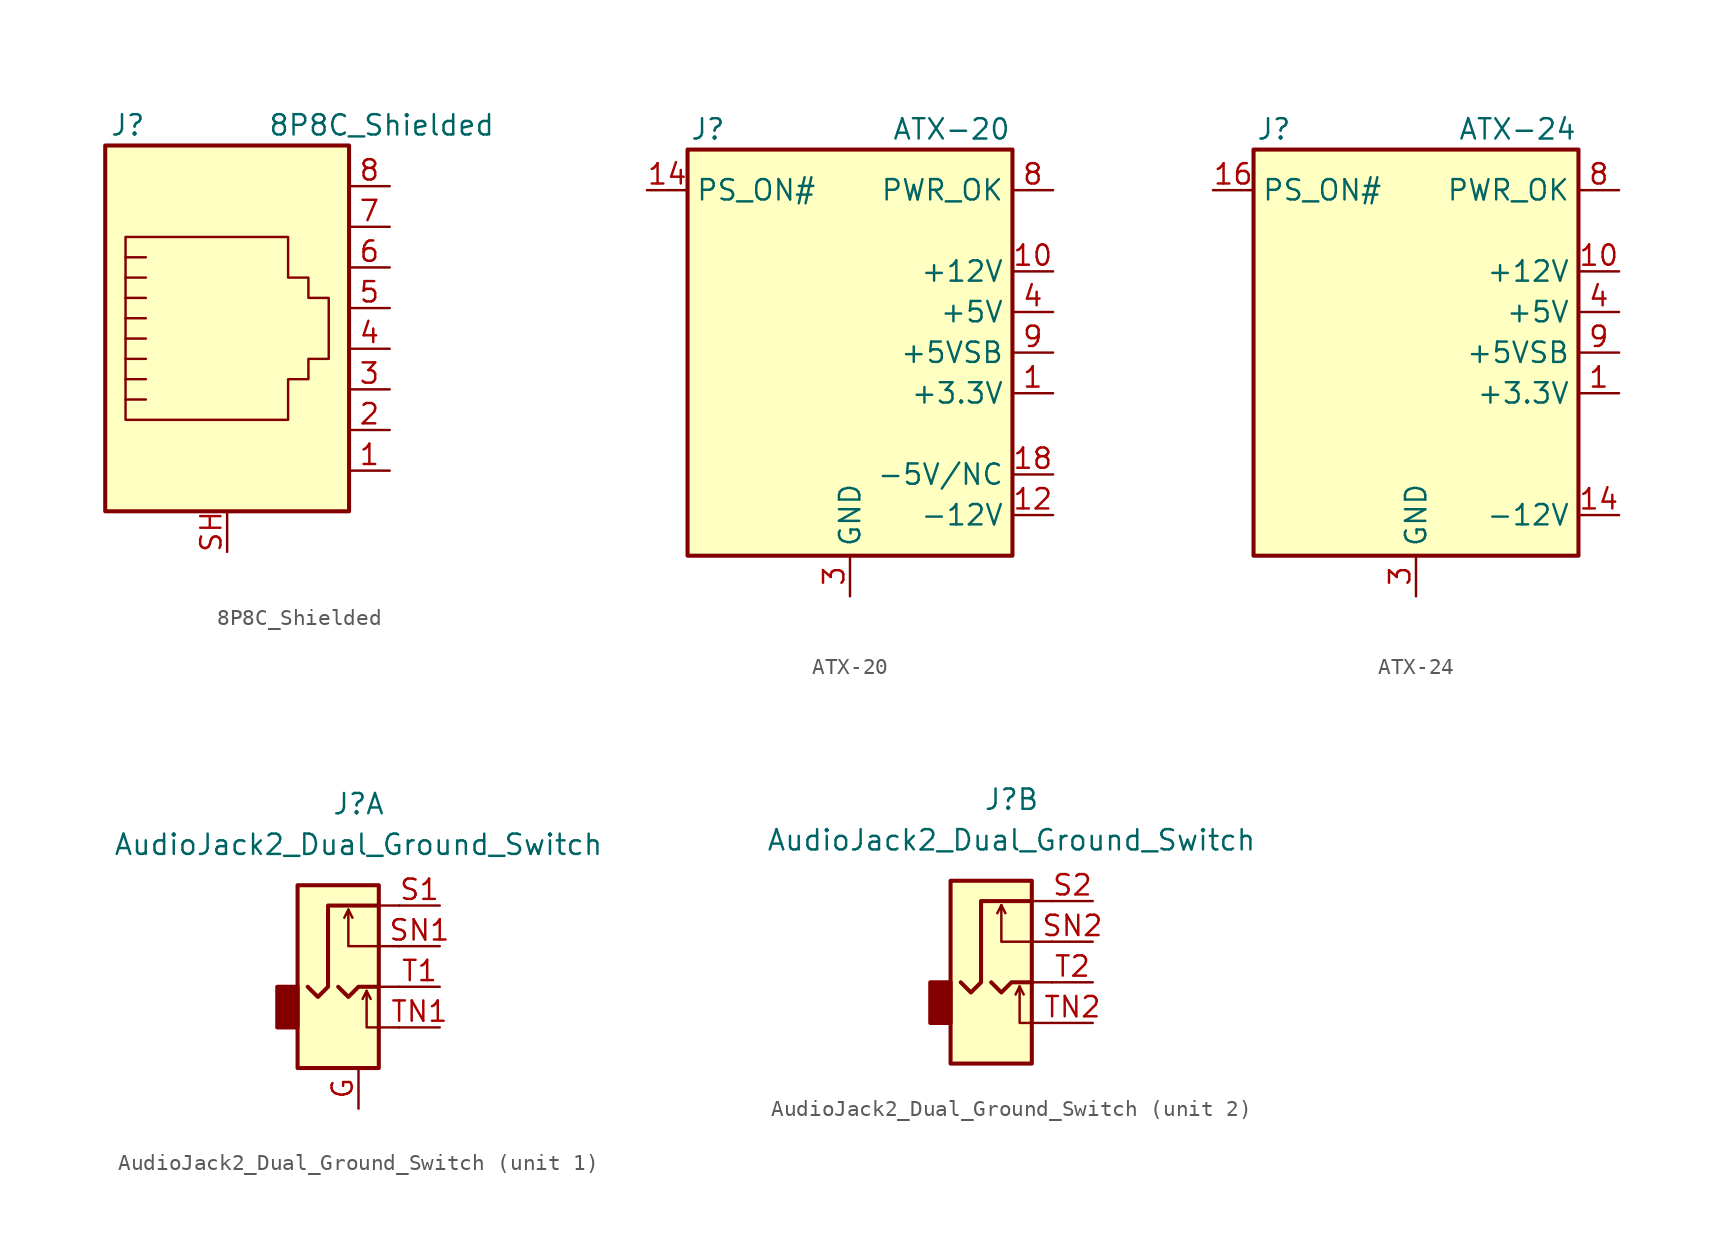
<source format=kicad_sym>
(kicad_symbol_lib
  (version 20220914)
  (generator kicad_symbol_editor)
  (symbol "8P8C_Shielded"
    (pin_names
      (offset 1.016))
    (property "Reference" "J"
      (at -5.08 13.97 0)
      (effects (font (size 1.27 1.27)) (justify right)))
    (property "Value" "8P8C_Shielded"
      (at 2.54 13.97 0)
      (effects (font (size 1.27 1.27)) (justify left)))
    (symbol "8P8C_Shielded_0_1"
      (polyline (pts (xy -5.08 4.445) (xy -6.35 4.445)) (stroke (width 0) (type solid)) (fill (type none)))
      (polyline (pts (xy -5.08 5.715) (xy -6.35 5.715)) (stroke (width 0) (type solid)) (fill (type none)))
      (polyline (pts (xy -6.35 -3.175) (xy -5.08 -3.175) (xy -5.08 -3.175)) (stroke (width 0) (type solid)) (fill (type none)))
      (polyline (pts (xy -6.35 -1.905) (xy -5.08 -1.905) (xy -5.08 -1.905)) (stroke (width 0) (type solid)) (fill (type none)))
      (polyline (pts (xy -6.35 -0.635) (xy -5.08 -0.635) (xy -5.08 -0.635)) (stroke (width 0) (type solid)) (fill (type none)))
      (polyline (pts (xy -6.35 0.635) (xy -5.08 0.635) (xy -5.08 0.635)) (stroke (width 0) (type solid)) (fill (type none)))
      (polyline (pts (xy -6.35 1.905) (xy -5.08 1.905) (xy -5.08 1.905)) (stroke (width 0) (type solid)) (fill (type none)))
      (polyline (pts (xy -5.08 3.175) (xy -6.35 3.175) (xy -6.35 3.175)) (stroke (width 0) (type solid)) (fill (type none)))
      (polyline (pts (xy -6.35 -4.445) (xy -6.35 6.985) (xy 3.81 6.985) (xy 3.81 4.445) (xy 5.08 4.445) (xy 5.08 3.175) (xy 6.35 3.175) (xy 6.35 -0.635) (xy 5.08 -0.635) (xy 5.08 -1.905) (xy 3.81 -1.905) (xy 3.81 -4.445) (xy -6.35 -4.445) (xy -6.35 -4.445)) (stroke (width 0) (type solid)) (fill (type none)))
      (rectangle (start 7.62 12.7) (end -7.62 -10.16) (stroke (width 0.254) (type solid)) (fill (type background))))
    (symbol "8P8C_Shielded_1_1"
      (pin passive line (at 10.16 -7.62 180) (length 2.54) (name "~" (effects (font (size 1.27 1.27)))) (number "1" (effects (font (size 1.27 1.27)))))
      (pin passive line (at 10.16 -5.08 180) (length 2.54) (name "~" (effects (font (size 1.27 1.27)))) (number "2" (effects (font (size 1.27 1.27)))))
      (pin passive line (at 10.16 -2.54 180) (length 2.54) (name "~" (effects (font (size 1.27 1.27)))) (number "3" (effects (font (size 1.27 1.27)))))
      (pin passive line (at 10.16 0 180) (length 2.54) (name "~" (effects (font (size 1.27 1.27)))) (number "4" (effects (font (size 1.27 1.27)))))
      (pin passive line (at 10.16 2.54 180) (length 2.54) (name "~" (effects (font (size 1.27 1.27)))) (number "5" (effects (font (size 1.27 1.27)))))
      (pin passive line (at 10.16 5.08 180) (length 2.54) (name "~" (effects (font (size 1.27 1.27)))) (number "6" (effects (font (size 1.27 1.27)))))
      (pin passive line (at 10.16 7.62 180) (length 2.54) (name "~" (effects (font (size 1.27 1.27)))) (number "7" (effects (font (size 1.27 1.27)))))
      (pin passive line (at 10.16 10.16 180) (length 2.54) (name "~" (effects (font (size 1.27 1.27)))) (number "8" (effects (font (size 1.27 1.27)))))
      (pin passive line (at 0 -12.7 90) (length 2.54) (name "~" (effects (font (size 1.27 1.27)))) (number "SH" (effects (font (size 1.27 1.27)))))))
  (symbol "ATX-20"
    (property "Reference" "J"
      (at -8.89 13.97 0)
      (effects (font (size 1.27 1.27))))
    (property "Value" "ATX-20"
      (at 6.35 13.97 0)
      (effects (font (size 1.27 1.27))))
    (symbol "ATX-20_0_1"
      (rectangle (start -10.16 12.7) (end 10.16 -12.7) (stroke (width 0.254) (type solid)) (fill (type background))))
    (symbol "ATX-20_1_1"
      (pin power_out line (at 12.7 -2.54 180) (length 2.54) (name "+3.3V" (effects (font (size 1.27 1.27)))) (number "1" (effects (font (size 1.27 1.27)))))
      (pin power_out line (at 12.7 5.08 180) (length 2.54) (name "+12V" (effects (font (size 1.27 1.27)))) (number "10" (effects (font (size 1.27 1.27)))))
      (pin passive line (at 12.7 -2.54 180) (length 2.54) hide (name "+3.3V" (effects (font (size 1.27 1.27)))) (number "11" (effects (font (size 1.27 1.27)))))
      (pin power_out line (at 12.7 -10.16 180) (length 2.54) (name "-12V" (effects (font (size 1.27 1.27)))) (number "12" (effects (font (size 1.27 1.27)))))
      (pin passive line (at 0 -15.24 90) (length 2.54) hide (name "GND" (effects (font (size 1.27 1.27)))) (number "13" (effects (font (size 1.27 1.27)))))
      (pin open_collector line (at -12.7 10.16 0) (length 2.54) (name "PS_ON#" (effects (font (size 1.27 1.27)))) (number "14" (effects (font (size 1.27 1.27)))))
      (pin passive line (at 0 -15.24 90) (length 2.54) hide (name "GND" (effects (font (size 1.27 1.27)))) (number "15" (effects (font (size 1.27 1.27)))))
      (pin passive line (at 0 -15.24 90) (length 2.54) hide (name "GND" (effects (font (size 1.27 1.27)))) (number "16" (effects (font (size 1.27 1.27)))))
      (pin passive line (at 0 -15.24 90) (length 2.54) hide (name "GND" (effects (font (size 1.27 1.27)))) (number "17" (effects (font (size 1.27 1.27)))))
      (pin power_out line (at 12.7 -7.62 180) (length 2.54) (name "-5V/NC" (effects (font (size 1.27 1.27)))) (number "18" (effects (font (size 1.27 1.27)))))
      (pin passive line (at 12.7 2.54 180) (length 2.54) hide (name "+5V" (effects (font (size 1.27 1.27)))) (number "19" (effects (font (size 1.27 1.27)))))
      (pin passive line (at 12.7 -2.54 180) (length 2.54) hide (name "+3.3V" (effects (font (size 1.27 1.27)))) (number "2" (effects (font (size 1.27 1.27)))))
      (pin passive line (at 12.7 2.54 180) (length 2.54) hide (name "+5V" (effects (font (size 1.27 1.27)))) (number "20" (effects (font (size 1.27 1.27)))))
      (pin power_out line (at 0 -15.24 90) (length 2.54) (name "GND" (effects (font (size 1.27 1.27)))) (number "3" (effects (font (size 1.27 1.27)))))
      (pin power_out line (at 12.7 2.54 180) (length 2.54) (name "+5V" (effects (font (size 1.27 1.27)))) (number "4" (effects (font (size 1.27 1.27)))))
      (pin passive line (at 0 -15.24 90) (length 2.54) hide (name "GND" (effects (font (size 1.27 1.27)))) (number "5" (effects (font (size 1.27 1.27)))))
      (pin passive line (at 12.7 2.54 180) (length 2.54) hide (name "+5V" (effects (font (size 1.27 1.27)))) (number "6" (effects (font (size 1.27 1.27)))))
      (pin passive line (at 0 -15.24 90) (length 2.54) hide (name "GND" (effects (font (size 1.27 1.27)))) (number "7" (effects (font (size 1.27 1.27)))))
      (pin output line (at 12.7 10.16 180) (length 2.54) (name "PWR_OK" (effects (font (size 1.27 1.27)))) (number "8" (effects (font (size 1.27 1.27)))))
      (pin power_out line (at 12.7 0 180) (length 2.54) (name "+5VSB" (effects (font (size 1.27 1.27)))) (number "9" (effects (font (size 1.27 1.27)))))))
  (symbol "ATX-24"
    (property "Reference" "J"
      (at -8.89 13.97 0)
      (effects (font (size 1.27 1.27))))
    (property "Value" "ATX-24"
      (at 6.35 13.97 0)
      (effects (font (size 1.27 1.27))))
    (symbol "ATX-24_0_1"
      (rectangle (start -10.16 12.7) (end 10.16 -12.7) (stroke (width 0.254) (type solid)) (fill (type background))))
    (symbol "ATX-24_1_1"
      (pin power_out line (at 12.7 -2.54 180) (length 2.54) (name "+3.3V" (effects (font (size 1.27 1.27)))) (number "1" (effects (font (size 1.27 1.27)))))
      (pin power_out line (at 12.7 5.08 180) (length 2.54) (name "+12V" (effects (font (size 1.27 1.27)))) (number "10" (effects (font (size 1.27 1.27)))))
      (pin passive line (at 12.7 5.08 180) (length 2.54) hide (name "+12V" (effects (font (size 1.27 1.27)))) (number "11" (effects (font (size 1.27 1.27)))))
      (pin passive line (at 12.7 -2.54 180) (length 2.54) hide (name "+3.3V" (effects (font (size 1.27 1.27)))) (number "12" (effects (font (size 1.27 1.27)))))
      (pin passive line (at 12.7 -2.54 180) (length 2.54) hide (name "+3.3V" (effects (font (size 1.27 1.27)))) (number "13" (effects (font (size 1.27 1.27)))))
      (pin power_out line (at 12.7 -10.16 180) (length 2.54) (name "-12V" (effects (font (size 1.27 1.27)))) (number "14" (effects (font (size 1.27 1.27)))))
      (pin passive line (at 0 -15.24 90) (length 2.54) hide (name "GND" (effects (font (size 1.27 1.27)))) (number "15" (effects (font (size 1.27 1.27)))))
      (pin open_collector line (at -12.7 10.16 0) (length 2.54) (name "PS_ON#" (effects (font (size 1.27 1.27)))) (number "16" (effects (font (size 1.27 1.27)))))
      (pin passive line (at 0 -15.24 90) (length 2.54) hide (name "GND" (effects (font (size 1.27 1.27)))) (number "17" (effects (font (size 1.27 1.27)))))
      (pin passive line (at 0 -15.24 90) (length 2.54) hide (name "GND" (effects (font (size 1.27 1.27)))) (number "18" (effects (font (size 1.27 1.27)))))
      (pin passive line (at 0 -15.24 90) (length 2.54) hide (name "GND" (effects (font (size 1.27 1.27)))) (number "19" (effects (font (size 1.27 1.27)))))
      (pin passive line (at 12.7 -2.54 180) (length 2.54) hide (name "+3.3V" (effects (font (size 1.27 1.27)))) (number "2" (effects (font (size 1.27 1.27)))))
      (pin no_connect line (at -10.16 0 0) (length 2.54) hide (name "NC" (effects (font (size 1.27 1.27)))) (number "20" (effects (font (size 1.27 1.27)))))
      (pin passive line (at 12.7 2.54 180) (length 2.54) hide (name "+5V" (effects (font (size 1.27 1.27)))) (number "21" (effects (font (size 1.27 1.27)))))
      (pin passive line (at 12.7 2.54 180) (length 2.54) hide (name "+5V" (effects (font (size 1.27 1.27)))) (number "22" (effects (font (size 1.27 1.27)))))
      (pin passive line (at 12.7 2.54 180) (length 2.54) hide (name "+5V" (effects (font (size 1.27 1.27)))) (number "23" (effects (font (size 1.27 1.27)))))
      (pin passive line (at 0 -15.24 90) (length 2.54) hide (name "GND" (effects (font (size 1.27 1.27)))) (number "24" (effects (font (size 1.27 1.27)))))
      (pin power_out line (at 0 -15.24 90) (length 2.54) (name "GND" (effects (font (size 1.27 1.27)))) (number "3" (effects (font (size 1.27 1.27)))))
      (pin power_out line (at 12.7 2.54 180) (length 2.54) (name "+5V" (effects (font (size 1.27 1.27)))) (number "4" (effects (font (size 1.27 1.27)))))
      (pin passive line (at 0 -15.24 90) (length 2.54) hide (name "GND" (effects (font (size 1.27 1.27)))) (number "5" (effects (font (size 1.27 1.27)))))
      (pin passive line (at 12.7 2.54 180) (length 2.54) hide (name "+5V" (effects (font (size 1.27 1.27)))) (number "6" (effects (font (size 1.27 1.27)))))
      (pin passive line (at 0 -15.24 90) (length 2.54) hide (name "GND" (effects (font (size 1.27 1.27)))) (number "7" (effects (font (size 1.27 1.27)))))
      (pin output line (at 12.7 10.16 180) (length 2.54) (name "PWR_OK" (effects (font (size 1.27 1.27)))) (number "8" (effects (font (size 1.27 1.27)))))
      (pin power_out line (at 12.7 0 180) (length 2.54) (name "+5VSB" (effects (font (size 1.27 1.27)))) (number "9" (effects (font (size 1.27 1.27)))))))
  (symbol "AudioJack2_Dual_Ground_Switch"
    (property "Reference" "J"
      (at 0 11.43 0)
      (effects (font (size 1.27 1.27))))
    (property "Value" "AudioJack2_Dual_Ground_Switch"
      (at 0 8.89 0)
      (effects (font (size 1.27 1.27))))
    (symbol "AudioJack2_Dual_Ground_Switch_0_1"
      (rectangle (start -5.08 0) (end -3.81 -2.54) (stroke (width 0.254) (type solid)) (fill (type outline)))
      (polyline (pts (xy -0.635 4.826) (xy -0.381 4.318)) (stroke (width 0) (type solid)) (fill (type none)))
      (polyline (pts (xy 0.508 -0.254) (xy 0.762 -0.762)) (stroke (width 0) (type solid)) (fill (type none)))
      (polyline (pts (xy 1.27 -2.54) (xy 2.54 -2.54)) (stroke (width 0) (type solid)) (fill (type none)))
      (polyline (pts (xy 1.27 2.54) (xy 2.54 2.54)) (stroke (width 0) (type solid)) (fill (type none)))
      (polyline (pts (xy 2.54 0) (xy 1.27 0)) (stroke (width 0) (type solid)) (fill (type none)))
      (polyline (pts (xy 2.54 5.08) (xy 1.27 5.08)) (stroke (width 0) (type solid)) (fill (type none)))
      (polyline (pts (xy -1.27 0) (xy -0.635 -0.635) (xy 0 0) (xy 1.27 0)) (stroke (width 0.254) (type solid)) (fill (type none)))
      (polyline (pts (xy 1.27 -2.54) (xy 0.508 -2.54) (xy 0.508 -0.254) (xy 0.254 -0.762)) (stroke (width 0) (type solid)) (fill (type none)))
      (polyline (pts (xy 1.27 2.54) (xy -0.635 2.54) (xy -0.635 4.826) (xy -0.889 4.318)) (stroke (width 0) (type solid)) (fill (type none)))
      (polyline (pts (xy 1.27 5.08) (xy -1.905 5.08) (xy -1.905 0) (xy -2.54 -0.635) (xy -3.175 0)) (stroke (width 0.254) (type solid)) (fill (type none)))
      (rectangle (start 1.27 6.35) (end -3.81 -5.08) (stroke (width 0.254) (type solid)) (fill (type background))))
    (symbol "AudioJack2_Dual_Ground_Switch_1_1"
      (pin passive line (at 0 -7.62 90) (length 2.54) (name "~" (effects (font (size 1.27 1.27)))) (number "G" (effects (font (size 1.27 1.27)))))
      (pin passive line (at 5.08 5.08 180) (length 2.54) (name "~" (effects (font (size 1.27 1.27)))) (number "S1" (effects (font (size 1.27 1.27)))))
      (pin passive line (at 5.08 2.54 180) (length 2.54) (name "~" (effects (font (size 1.27 1.27)))) (number "SN1" (effects (font (size 1.27 1.27)))))
      (pin passive line (at 5.08 0 180) (length 2.54) (name "~" (effects (font (size 1.27 1.27)))) (number "T1" (effects (font (size 1.27 1.27)))))
      (pin passive line (at 5.08 -2.54 180) (length 2.54) (name "~" (effects (font (size 1.27 1.27)))) (number "TN1" (effects (font (size 1.27 1.27))))))
    (symbol "AudioJack2_Dual_Ground_Switch_2_1"
      (pin passive line (at 5.08 5.08 180) (length 2.54) (name "~" (effects (font (size 1.27 1.27)))) (number "S2" (effects (font (size 1.27 1.27)))))
      (pin passive line (at 5.08 2.54 180) (length 2.54) (name "~" (effects (font (size 1.27 1.27)))) (number "SN2" (effects (font (size 1.27 1.27)))))
      (pin passive line (at 5.08 0 180) (length 2.54) (name "~" (effects (font (size 1.27 1.27)))) (number "T2" (effects (font (size 1.27 1.27)))))
      (pin passive line (at 5.08 -2.54 180) (length 2.54) (name "~" (effects (font (size 1.27 1.27)))) (number "TN2" (effects (font (size 1.27 1.27))))))))
</source>
